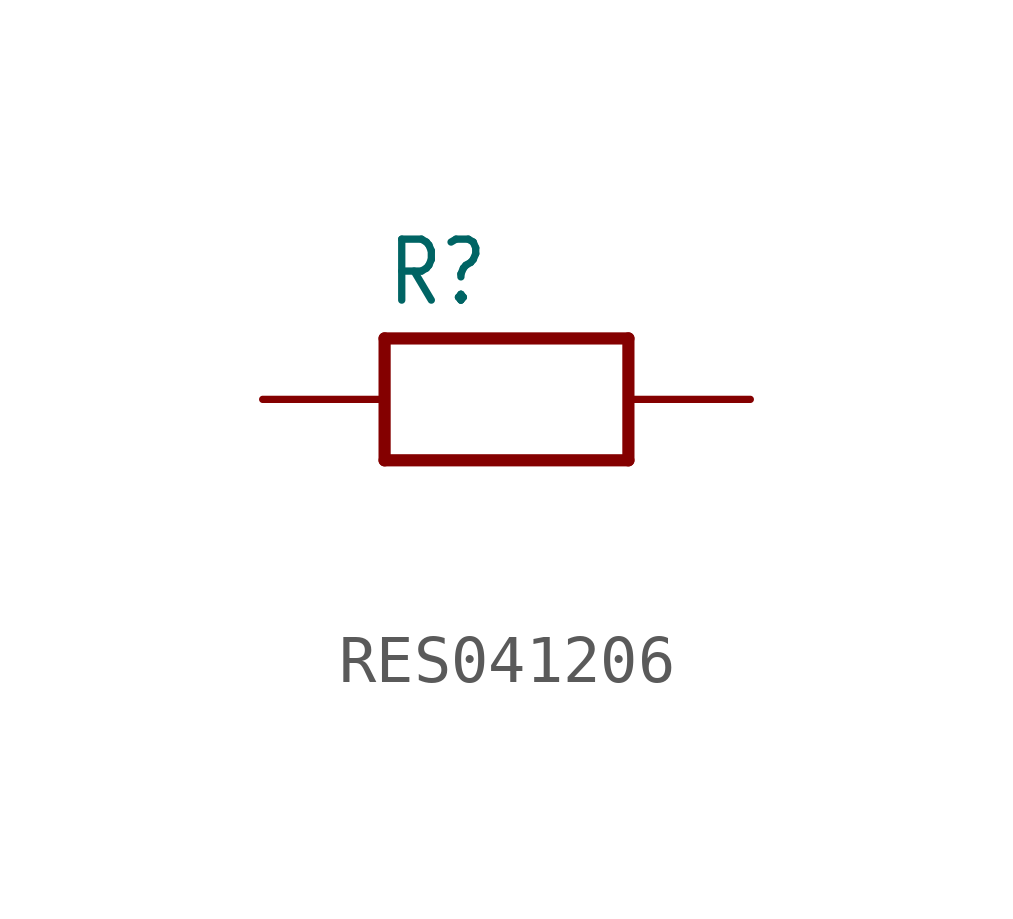
<source format=kicad_sym>
(kicad_symbol_lib
  (version 20241209)
  (generator "kicad_symbol_editor")
  (generator_version "9.0")
  (symbol "RES041206"
    (property "Reference" "R"
      (at -2.54 1.905 0)
      (effects (font (size 1.27 1.079)) (justify left bottom)))
    (property "Value" ""
      (at -2.54 -3.81 0)
      (effects (font (size 1.27 1.079)) (justify left bottom)))
    (property "ki_locked" ""
      (at 0 0 0)
      (effects (font (size 1.27 1.27))))
    (symbol "RES041206_1_0"
      (polyline (pts (xy -2.54 1.27) (xy -2.54 -1.27)) (stroke (width 0.254) (type solid)) (fill (type none)))
      (polyline (pts (xy -2.54 -1.27) (xy 2.54 -1.27)) (stroke (width 0.254) (type solid)) (fill (type none)))
      (polyline (pts (xy 2.54 1.27) (xy -2.54 1.27)) (stroke (width 0.254) (type solid)) (fill (type none)))
      (polyline (pts (xy 2.54 -1.27) (xy 2.54 1.27)) (stroke (width 0.254) (type solid)) (fill (type none)))
      (pin passive line (at -5.08 0 0) (length 2.54) (name "1" (effects (font (size 0 0)))) (number "1" (effects (font (size 0 0)))))
      (pin passive line (at 5.08 0 180) (length 2.54) (name "2" (effects (font (size 0 0)))) (number "2" (effects (font (size 0 0))))))))
</source>
